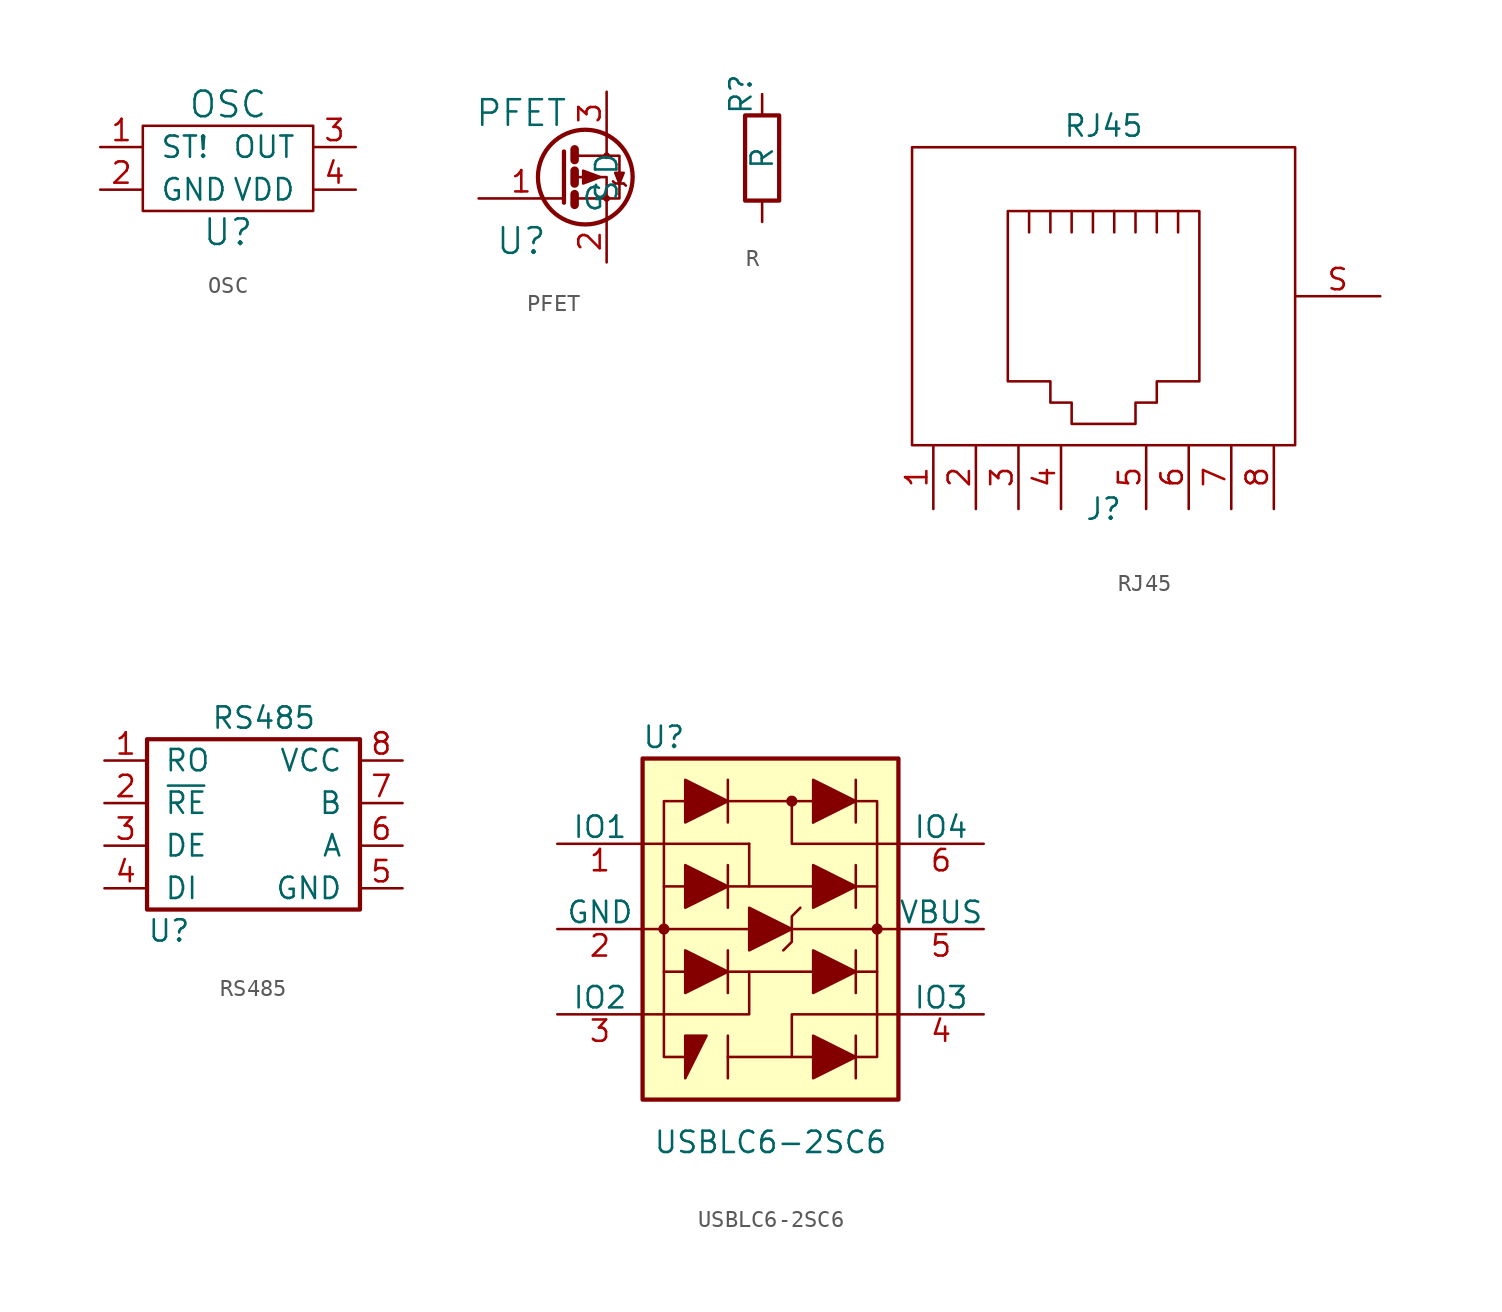
<source format=kicad_sym>
(kicad_symbol_lib
  (version 20211014)
  (generator kicad_symbol_editor)
  (symbol "OSC"
    (pin_names
      (offset 1.016))
    (property "Reference" "U"
      (at 0 -3.81 0)
      (effects (font (size 1.524 1.524))))
    (property "Value" "OSC"
      (at 0 3.81 0)
      (effects (font (size 1.524 1.524))))
    (symbol "OSC_0_1"
      (polyline (pts (xy -5.08 2.54) (xy -5.08 -2.54) (xy 5.08 -2.54) (xy 5.08 2.54) (xy -5.08 2.54)) (stroke (width 0) (type default) (color 0 0 0 0)) (fill (type none))))
    (symbol "OSC_1_1"
      (pin input line (at -7.62 1.27 0) (length 2.54) (name "ST!" (effects (font (size 1.27 1.27)))) (number "1" (effects (font (size 1.27 1.27)))))
      (pin power_in line (at -7.62 -1.27 0) (length 2.54) (name "GND" (effects (font (size 1.27 1.27)))) (number "2" (effects (font (size 1.27 1.27)))))
      (pin output line (at 7.62 1.27 180) (length 2.54) (name "OUT" (effects (font (size 1.27 1.27)))) (number "3" (effects (font (size 1.27 1.27)))))
      (pin power_in line (at 7.62 -1.27 180) (length 2.54) (name "VDD" (effects (font (size 1.27 1.27)))) (number "4" (effects (font (size 1.27 1.27)))))))
  (symbol "PFET"
    (pin_names
      (offset 1.016))
    (property "Reference" "U"
      (at -3.81 -3.81 0)
      (effects (font (size 1.524 1.524))))
    (property "Value" "PFET"
      (at -3.81 3.81 0)
      (effects (font (size 1.524 1.524))))
    (symbol "PFET_1_1"
      (polyline (pts (xy -0.635 -1.016) (xy -0.635 -1.651)) (stroke (width 0.508) (type default) (color 0 0 0 0)) (fill (type none)))
      (polyline (pts (xy -0.635 0.381) (xy -0.635 -0.381)) (stroke (width 0.508) (type default) (color 0 0 0 0)) (fill (type none)))
      (polyline (pts (xy -0.635 1.651) (xy -0.635 1.016)) (stroke (width 0.508) (type default) (color 0 0 0 0)) (fill (type none)))
      (polyline (pts (xy 1.778 -0.381) (xy 1.651 -0.254)) (stroke (width 0) (type default) (color 0 0 0 0)) (fill (type none)))
      (polyline (pts (xy 1.778 -0.381) (xy 2.286 -0.381)) (stroke (width 0) (type default) (color 0 0 0 0)) (fill (type none)))
      (polyline (pts (xy 2.286 -0.381) (xy 2.413 -0.508)) (stroke (width 0) (type default) (color 0 0 0 0)) (fill (type none)))
      (polyline (pts (xy -1.27 1.524) (xy -1.27 -1.524) (xy -1.27 -1.524)) (stroke (width 0.254) (type default) (color 0 0 0 0)) (fill (type none)))
      (polyline (pts (xy -0.508 -1.27) (xy 1.27 -1.27) (xy 1.27 -2.54) (xy 1.27 -2.54)) (stroke (width 0) (type default) (color 0 0 0 0)) (fill (type none)))
      (polyline (pts (xy -0.508 1.27) (xy 1.27 1.27) (xy 1.27 2.54) (xy 1.27 2.54)) (stroke (width 0) (type default) (color 0 0 0 0)) (fill (type none)))
      (polyline (pts (xy 1.27 1.27) (xy 2.032 1.27) (xy 2.032 -1.27) (xy 1.27 -1.27)) (stroke (width 0) (type default) (color 0 0 0 0)) (fill (type none)))
      (polyline (pts (xy 2.032 -0.381) (xy 1.778 0.254) (xy 2.286 0.254) (xy 2.032 -0.381)) (stroke (width 0) (type default) (color 0 0 0 0)) (fill (type outline)))
      (polyline (pts (xy -0.508 0) (xy 0 0) (xy 1.27 0) (xy 1.27 -1.27) (xy 1.27 -1.27)) (stroke (width 0) (type default) (color 0 0 0 0)) (fill (type none)))
      (polyline (pts (xy 0.889 0) (xy -0.127 0.381) (xy -0.127 -0.381) (xy 0.889 0) (xy 0.762 0) (xy 0.762 0)) (stroke (width 0) (type default) (color 0 0 0 0)) (fill (type outline)))
      (circle (center 0 0) (radius 2.819) (stroke (width 0.254) (type default) (color 0 0 0 0)) (fill (type none)))
      (circle (center 1.27 -1.27) (radius 0.127) (stroke (width 0) (type default) (color 0 0 0 0)) (fill (type none)))
      (circle (center 1.27 1.27) (radius 0.127) (stroke (width 0) (type default) (color 0 0 0 0)) (fill (type none)))
      (pin input line (at -6.35 -1.27 0) (length 5.08) (name "G" (effects (font (size 1.27 1.27)))) (number "1" (effects (font (size 1.27 1.27)))))
      (pin passive line (at 1.27 -5.08 90) (length 2.54) (name "S" (effects (font (size 1.27 1.27)))) (number "2" (effects (font (size 1.27 1.27)))))
      (pin passive line (at 1.27 5.08 270) (length 2.54) (name "D" (effects (font (size 1.27 1.27)))) (number "3" (effects (font (size 1.27 1.27)))))))
  (symbol "R"
    (pin_numbers hide)
    (pin_names
      (offset 0))
    (property "Reference" "R"
      (at -1.27 3.81 90)
      (effects (font (size 1.27 1.27))))
    (property "Value" "R"
      (at 0 0 90)
      (effects (font (size 1.27 1.27))))
    (symbol "R_0_1"
      (rectangle (start -1.016 -2.54) (end 1.016 2.54) (stroke (width 0.254) (type default) (color 0 0 0 0)) (fill (type none))))
    (symbol "R_1_1"
      (pin passive line (at 0 3.81 270) (length 1.27) (name "~" (effects (font (size 1.27 1.27)))) (number "1" (effects (font (size 1.27 1.27)))))
      (pin passive line (at 0 -3.81 90) (length 1.27) (name "~" (effects (font (size 1.27 1.27)))) (number "2" (effects (font (size 1.27 1.27)))))))
  (symbol "RJ45"
    (pin_names
      (offset 1.016))
    (property "Reference" "J"
      (at 0 -12.7 0)
      (effects (font (size 1.27 1.27))))
    (property "Value" "RJ45"
      (at 0 10.16 0)
      (effects (font (size 1.27 1.27))))
    (property "Footprint" ""
      (at 0 -1.27 0)
      (effects (font (size 1.524 1.524))))
    (property "Datasheet" ""
      (at 0 -1.27 0)
      (effects (font (size 1.524 1.524))))
    (symbol "RJ45_0_1"
      (rectangle (start -11.43 -8.89) (end 11.43 8.89) (stroke (width 0) (type default) (color 0 0 0 0)) (fill (type none)))
      (polyline (pts (xy -4.445 3.81) (xy -4.445 5.08) (xy -4.445 5.08)) (stroke (width 0) (type default) (color 0 0 0 0)) (fill (type none)))
      (polyline (pts (xy -3.175 5.08) (xy -3.175 3.81) (xy -3.175 3.81)) (stroke (width 0) (type default) (color 0 0 0 0)) (fill (type none)))
      (polyline (pts (xy -1.905 5.08) (xy -1.905 3.81) (xy -1.905 3.81)) (stroke (width 0) (type default) (color 0 0 0 0)) (fill (type none)))
      (polyline (pts (xy -0.635 5.08) (xy -0.635 3.81) (xy -0.635 3.81)) (stroke (width 0) (type default) (color 0 0 0 0)) (fill (type none)))
      (polyline (pts (xy 0.635 5.08) (xy 0.635 3.81) (xy 0.635 3.81)) (stroke (width 0) (type default) (color 0 0 0 0)) (fill (type none)))
      (polyline (pts (xy 1.905 5.08) (xy 1.905 3.81) (xy 1.905 3.81)) (stroke (width 0) (type default) (color 0 0 0 0)) (fill (type none)))
      (polyline (pts (xy 3.175 3.81) (xy 3.175 5.08) (xy 3.175 5.08)) (stroke (width 0) (type default) (color 0 0 0 0)) (fill (type none)))
      (polyline (pts (xy 4.445 3.81) (xy 4.445 5.08) (xy 4.445 5.08)) (stroke (width 0) (type default) (color 0 0 0 0)) (fill (type none)))
      (polyline (pts (xy -5.715 5.08) (xy 5.715 5.08) (xy 5.715 -5.08) (xy 3.175 -5.08) (xy 3.175 -6.35) (xy 1.905 -6.35) (xy 1.905 -7.62) (xy -1.905 -7.62) (xy -1.905 -6.35) (xy -3.175 -6.35) (xy -3.175 -5.08) (xy -5.715 -5.08) (xy -5.715 5.08) (xy -5.715 5.08)) (stroke (width 0) (type default) (color 0 0 0 0)) (fill (type none))))
    (symbol "RJ45_1_1"
      (pin passive line (at -10.16 -12.7 90) (length 3.81) (name "~" (effects (font (size 1.27 1.27)))) (number "1" (effects (font (size 1.27 1.27)))))
      (pin passive line (at -7.62 -12.7 90) (length 3.81) (name "~" (effects (font (size 1.27 1.27)))) (number "2" (effects (font (size 1.27 1.27)))))
      (pin passive line (at -5.08 -12.7 90) (length 3.81) (name "~" (effects (font (size 1.27 1.27)))) (number "3" (effects (font (size 1.27 1.27)))))
      (pin passive line (at -2.54 -12.7 90) (length 3.81) (name "~" (effects (font (size 1.27 1.27)))) (number "4" (effects (font (size 1.27 1.27)))))
      (pin passive line (at 2.54 -12.7 90) (length 3.81) (name "~" (effects (font (size 1.27 1.27)))) (number "5" (effects (font (size 1.27 1.27)))))
      (pin passive line (at 5.08 -12.7 90) (length 3.81) (name "~" (effects (font (size 1.27 1.27)))) (number "6" (effects (font (size 1.27 1.27)))))
      (pin passive line (at 7.62 -12.7 90) (length 3.81) (name "~" (effects (font (size 1.27 1.27)))) (number "7" (effects (font (size 1.27 1.27)))))
      (pin passive line (at 10.16 -12.7 90) (length 3.81) (name "~" (effects (font (size 1.27 1.27)))) (number "8" (effects (font (size 1.27 1.27)))))
      (pin passive line (at 16.51 0 180) (length 5.08) (name "" (effects (font (size 1.27 1.27)))) (number "S" (effects (font (size 1.27 1.27)))))))
  (symbol "RS485"
    (pin_names
      (offset 1.016))
    (property "Reference" "U"
      (at -6.35 -6.35 0)
      (effects (font (size 1.27 1.27)) (justify left)))
    (property "Value" "RS485"
      (at -2.54 6.35 0)
      (effects (font (size 1.27 1.27)) (justify left)))
    (symbol "RS485_0_1"
      (rectangle (start -6.35 5.08) (end 6.35 -5.08) (stroke (width 0.254) (type default) (color 0 0 0 0)) (fill (type none))))
    (symbol "RS485_1_1"
      (pin output line (at -8.89 3.81 0) (length 2.54) (name "RO" (effects (font (size 1.27 1.27)))) (number "1" (effects (font (size 1.27 1.27)))))
      (pin input line (at -8.89 1.27 0) (length 2.54) (name "~{RE}" (effects (font (size 1.27 1.27)))) (number "2" (effects (font (size 1.27 1.27)))))
      (pin input line (at -8.89 -1.27 0) (length 2.54) (name "DE" (effects (font (size 1.27 1.27)))) (number "3" (effects (font (size 1.27 1.27)))))
      (pin input line (at -8.89 -3.81 0) (length 2.54) (name "DI" (effects (font (size 1.27 1.27)))) (number "4" (effects (font (size 1.27 1.27)))))
      (pin power_in line (at 8.89 -3.81 180) (length 2.54) (name "GND" (effects (font (size 1.27 1.27)))) (number "5" (effects (font (size 1.27 1.27)))))
      (pin bidirectional line (at 8.89 -1.27 180) (length 2.54) (name "A" (effects (font (size 1.27 1.27)))) (number "6" (effects (font (size 1.27 1.27)))))
      (pin bidirectional line (at 8.89 1.27 180) (length 2.54) (name "B" (effects (font (size 1.27 1.27)))) (number "7" (effects (font (size 1.27 1.27)))))
      (pin power_in line (at 8.89 3.81 180) (length 2.54) (name "VCC" (effects (font (size 1.27 1.27)))) (number "8" (effects (font (size 1.27 1.27)))))))
  (symbol "USBLC6-2SC6"
    (pin_names
      (offset 0))
    (property "Reference" "U"
      (at -6.35 11.43 0)
      (effects (font (size 1.27 1.27))))
    (property "Value" "USBLC6-2SC6"
      (at 0 -12.7 0)
      (effects (font (size 1.27 1.27))))
    (symbol "USBLC6-2SC6_0_1"
      (rectangle (start -7.62 10.16) (end 7.62 -10.16) (stroke (width 0.254) (type default) (color 0 0 0 0)) (fill (type background)))
      (circle (center -6.35 0) (radius 0.254) (stroke (width 0) (type default) (color 0 0 0 0)) (fill (type outline)))
      (polyline (pts (xy -7.62 0) (xy -6.35 0)) (stroke (width 0) (type default) (color 0 0 0 0)) (fill (type none)))
      (polyline (pts (xy -7.62 5.08) (xy -1.27 5.08)) (stroke (width 0) (type default) (color 0 0 0 0)) (fill (type none)))
      (polyline (pts (xy -6.35 0) (xy -1.27 0)) (stroke (width 0) (type default) (color 0 0 0 0)) (fill (type none)))
      (polyline (pts (xy -2.54 -7.62) (xy 2.54 -7.62)) (stroke (width 0) (type default) (color 0 0 0 0)) (fill (type none)))
      (polyline (pts (xy -2.54 -6.35) (xy -2.54 -8.89)) (stroke (width 0) (type default) (color 0 0 0 0)) (fill (type none)))
      (polyline (pts (xy -2.54 -2.54) (xy 2.54 -2.54)) (stroke (width 0) (type default) (color 0 0 0 0)) (fill (type none)))
      (polyline (pts (xy -2.54 -1.27) (xy -2.54 -3.81)) (stroke (width 0) (type default) (color 0 0 0 0)) (fill (type none)))
      (polyline (pts (xy -2.54 1.27) (xy -2.54 3.81)) (stroke (width 0) (type default) (color 0 0 0 0)) (fill (type none)))
      (polyline (pts (xy -2.54 2.54) (xy 2.54 2.54)) (stroke (width 0) (type default) (color 0 0 0 0)) (fill (type none)))
      (polyline (pts (xy -2.54 7.62) (xy 2.54 7.62)) (stroke (width 0) (type default) (color 0 0 0 0)) (fill (type none)))
      (polyline (pts (xy -2.54 8.89) (xy -2.54 6.35)) (stroke (width 0) (type default) (color 0 0 0 0)) (fill (type none)))
      (polyline (pts (xy -1.27 5.08) (xy -1.27 2.54)) (stroke (width 0) (type default) (color 0 0 0 0)) (fill (type none)))
      (polyline (pts (xy 1.27 0) (xy 6.35 0)) (stroke (width 0) (type default) (color 0 0 0 0)) (fill (type none)))
      (polyline (pts (xy 2.54 6.35) (xy 5.08 7.62)) (stroke (width 0) (type default) (color 0 0 0 0)) (fill (type none)))
      (polyline (pts (xy 5.08 -6.35) (xy 5.08 -8.89)) (stroke (width 0) (type default) (color 0 0 0 0)) (fill (type none)))
      (polyline (pts (xy 5.08 -1.27) (xy 5.08 -3.81)) (stroke (width 0) (type default) (color 0 0 0 0)) (fill (type none)))
      (polyline (pts (xy 5.08 1.27) (xy 5.08 3.81)) (stroke (width 0) (type default) (color 0 0 0 0)) (fill (type none)))
      (polyline (pts (xy 5.08 8.89) (xy 5.08 6.35)) (stroke (width 0) (type default) (color 0 0 0 0)) (fill (type none)))
      (polyline (pts (xy 6.35 0) (xy 7.62 0)) (stroke (width 0) (type default) (color 0 0 0 0)) (fill (type none)))
      (polyline (pts (xy -7.62 -5.08) (xy -1.27 -5.08) (xy -1.27 -2.54)) (stroke (width 0) (type default) (color 0 0 0 0)) (fill (type none)))
      (polyline (pts (xy -6.35 -2.54) (xy -6.35 -7.62) (xy -5.08 -7.62)) (stroke (width 0) (type default) (color 0 0 0 0)) (fill (type none)))
      (polyline (pts (xy -6.35 0) (xy -6.35 2.54) (xy -5.08 2.54)) (stroke (width 0) (type default) (color 0 0 0 0)) (fill (type none)))
      (polyline (pts (xy -6.35 2.54) (xy -6.35 7.62) (xy -5.08 7.62)) (stroke (width 0) (type default) (color 0 0 0 0)) (fill (type none)))
      (polyline (pts (xy -5.08 -2.54) (xy -6.35 -2.54) (xy -6.35 0)) (stroke (width 0) (type default) (color 0 0 0 0)) (fill (type none)))
      (polyline (pts (xy 2.54 6.35) (xy 2.54 8.89) (xy 5.08 7.62)) (stroke (width 0) (type default) (color 0 0 0 0)) (fill (type outline)))
      (polyline (pts (xy 5.08 -7.62) (xy 6.35 -7.62) (xy 6.35 -2.54)) (stroke (width 0) (type default) (color 0 0 0 0)) (fill (type none)))
      (polyline (pts (xy 5.08 7.62) (xy 6.35 7.62) (xy 6.35 2.54)) (stroke (width 0) (type default) (color 0 0 0 0)) (fill (type none)))
      (polyline (pts (xy 7.62 -5.08) (xy 1.27 -5.08) (xy 1.27 -7.62)) (stroke (width 0) (type default) (color 0 0 0 0)) (fill (type none)))
      (polyline (pts (xy 7.62 5.08) (xy 1.27 5.08) (xy 1.27 7.62)) (stroke (width 0) (type default) (color 0 0 0 0)) (fill (type none)))
      (polyline (pts (xy -5.08 -6.35) (xy -5.08 -8.89) (xy -3.81 -6.35) (xy -5.08 -6.35)) (stroke (width 0) (type default) (color 0 0 0 0)) (fill (type outline)))
      (polyline (pts (xy -5.08 -3.81) (xy -5.08 -1.27) (xy -2.54 -2.54) (xy -5.08 -3.81)) (stroke (width 0) (type default) (color 0 0 0 0)) (fill (type outline)))
      (polyline (pts (xy -5.08 3.81) (xy -5.08 1.27) (xy -2.54 2.54) (xy -5.08 3.81)) (stroke (width 0) (type default) (color 0 0 0 0)) (fill (type outline)))
      (polyline (pts (xy -5.08 8.89) (xy -5.08 6.35) (xy -2.54 7.62) (xy -5.08 8.89)) (stroke (width 0) (type default) (color 0 0 0 0)) (fill (type outline)))
      (polyline (pts (xy -1.27 1.27) (xy -1.27 -1.27) (xy 1.27 0) (xy -1.27 1.27)) (stroke (width 0) (type default) (color 0 0 0 0)) (fill (type outline)))
      (polyline (pts (xy 0.762 -1.27) (xy 1.27 -0.762) (xy 1.27 0.762) (xy 1.778 1.27)) (stroke (width 0) (type default) (color 0 0 0 0)) (fill (type none)))
      (polyline (pts (xy 2.54 -6.35) (xy 2.54 -8.89) (xy 5.08 -7.62) (xy 2.54 -6.35)) (stroke (width 0) (type default) (color 0 0 0 0)) (fill (type outline)))
      (polyline (pts (xy 2.54 -3.81) (xy 2.54 -1.27) (xy 5.08 -2.54) (xy 2.54 -3.81)) (stroke (width 0) (type default) (color 0 0 0 0)) (fill (type outline)))
      (polyline (pts (xy 2.54 3.81) (xy 2.54 1.27) (xy 5.08 2.54) (xy 2.54 3.81)) (stroke (width 0) (type default) (color 0 0 0 0)) (fill (type outline)))
      (polyline (pts (xy 5.08 2.54) (xy 6.35 2.54) (xy 6.35 -2.54) (xy 5.08 -2.54)) (stroke (width 0) (type default) (color 0 0 0 0)) (fill (type none)))
      (circle (center 1.27 7.62) (radius 0.254) (stroke (width 0) (type default) (color 0 0 0 0)) (fill (type outline)))
      (circle (center 6.35 0) (radius 0.254) (stroke (width 0) (type default) (color 0 0 0 0)) (fill (type outline))))
    (symbol "USBLC6-2SC6_1_1"
      (pin passive line (at -12.7 5.08 0) (length 5.08) (name "IO1" (effects (font (size 1.27 1.27)))) (number "1" (effects (font (size 1.27 1.27)))))
      (pin power_in line (at -12.7 0 0) (length 5.08) (name "GND" (effects (font (size 1.27 1.27)))) (number "2" (effects (font (size 1.27 1.27)))))
      (pin passive line (at -12.7 -5.08 0) (length 5.08) (name "IO2" (effects (font (size 1.27 1.27)))) (number "3" (effects (font (size 1.27 1.27)))))
      (pin passive line (at 12.7 -5.08 180) (length 5.08) (name "IO3" (effects (font (size 1.27 1.27)))) (number "4" (effects (font (size 1.27 1.27)))))
      (pin passive line (at 12.7 0 180) (length 5.08) (name "VBUS" (effects (font (size 1.27 1.27)))) (number "5" (effects (font (size 1.27 1.27)))))
      (pin passive line (at 12.7 5.08 180) (length 5.08) (name "IO4" (effects (font (size 1.27 1.27)))) (number "6" (effects (font (size 1.27 1.27))))))))
</source>
